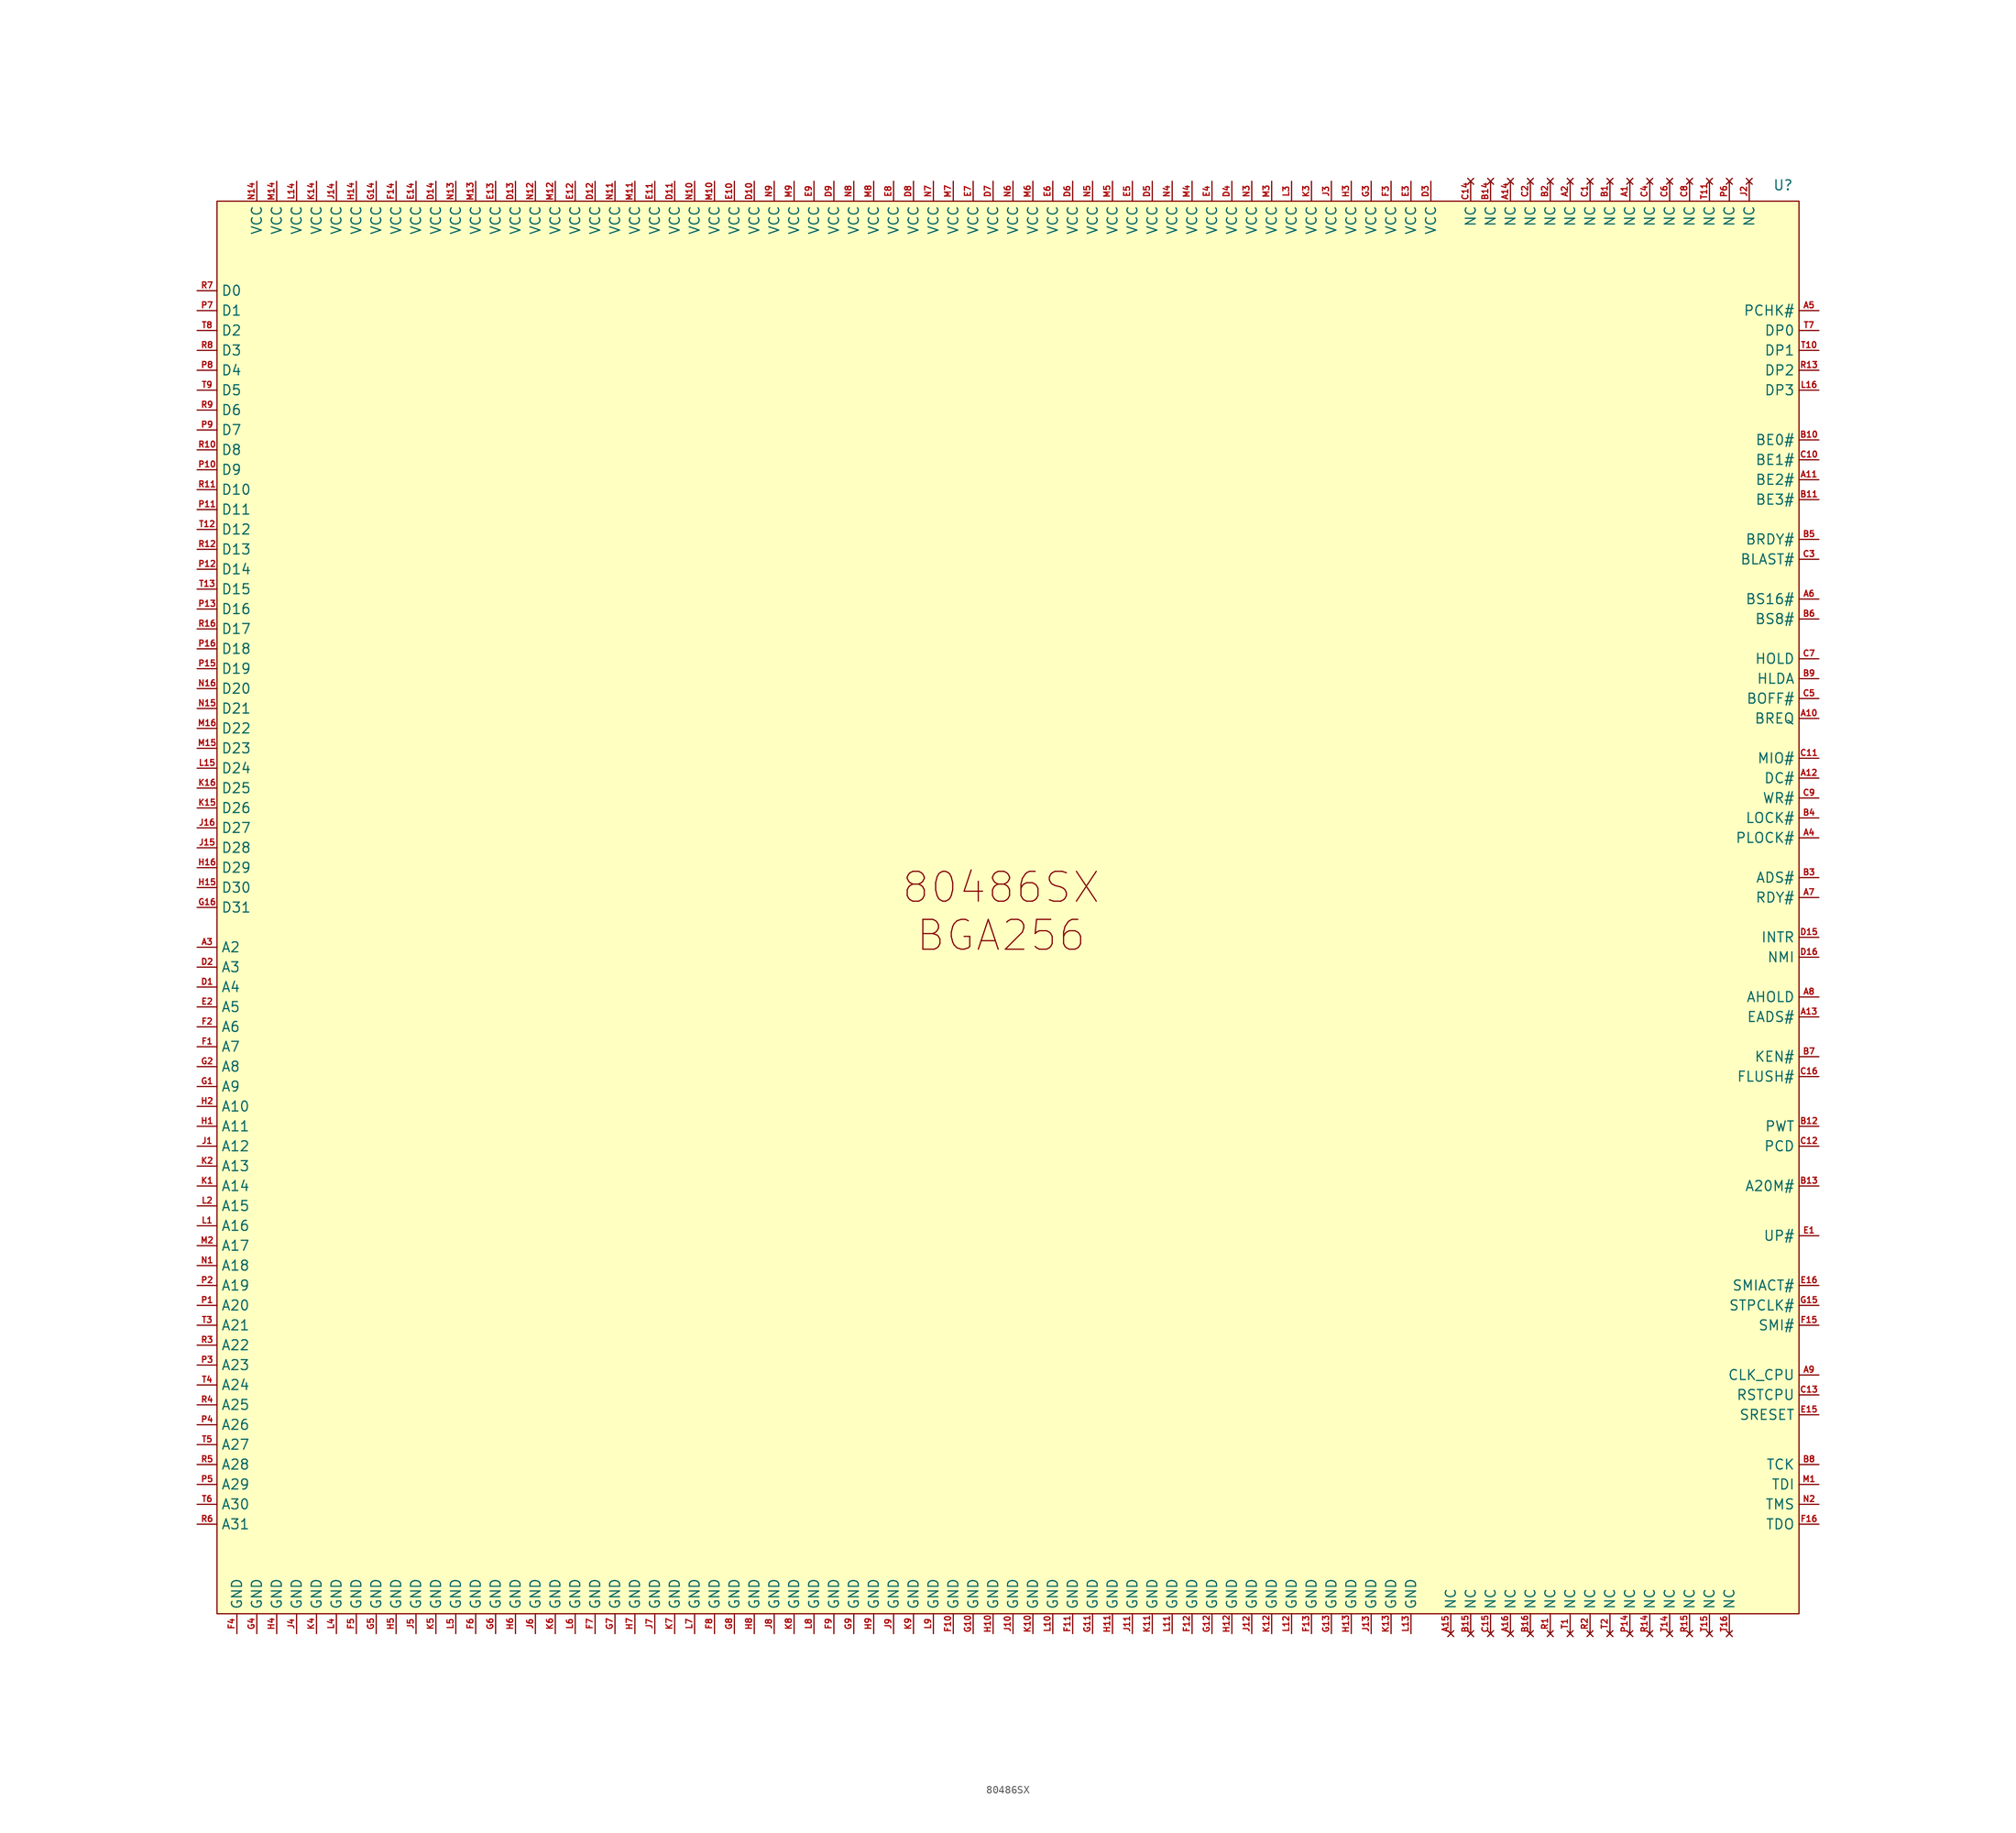
<source format=kicad_sym>
(kicad_symbol_lib
  (version 20241209)
  (generator "kicad_symbol_editor")
  (generator_version "9.0")
  (symbol "80486SX"
    (property "Reference" "U"
      (at 100.838 93.472 0)
      (effects (font (size 1.27 1.27))))
    (property "Value" ""
      (at 0 0 0)
      (effects (font (size 1.27 1.27))))
    (symbol "80486SX_1_1"
      (rectangle (start -99.06 91.44) (end 102.87 -88.9) (stroke (width 0) (type solid)) (fill (type color) (color 255 255 194 1)))
      (text "80486SX\nBGA256" (at 1.016 0.762 0) (effects (font (size 3.81 3.81))))
      (pin bidirectional line (at -101.6 80.01 0) (length 2.54) (name "D0" (effects (font (size 1.27 1.27)))) (number "R7" (effects (font (size 0.762 0.762)))))
      (pin bidirectional line (at -101.6 77.47 0) (length 2.54) (name "D1" (effects (font (size 1.27 1.27)))) (number "P7" (effects (font (size 0.762 0.762)))))
      (pin bidirectional line (at -101.6 74.93 0) (length 2.54) (name "D2" (effects (font (size 1.27 1.27)))) (number "T8" (effects (font (size 0.762 0.762)))))
      (pin bidirectional line (at -101.6 72.39 0) (length 2.54) (name "D3" (effects (font (size 1.27 1.27)))) (number "R8" (effects (font (size 0.762 0.762)))))
      (pin bidirectional line (at -101.6 69.85 0) (length 2.54) (name "D4" (effects (font (size 1.27 1.27)))) (number "P8" (effects (font (size 0.762 0.762)))))
      (pin bidirectional line (at -101.6 67.31 0) (length 2.54) (name "D5" (effects (font (size 1.27 1.27)))) (number "T9" (effects (font (size 0.762 0.762)))))
      (pin bidirectional line (at -101.6 64.77 0) (length 2.54) (name "D6" (effects (font (size 1.27 1.27)))) (number "R9" (effects (font (size 0.762 0.762)))))
      (pin bidirectional line (at -101.6 62.23 0) (length 2.54) (name "D7" (effects (font (size 1.27 1.27)))) (number "P9" (effects (font (size 0.762 0.762)))))
      (pin bidirectional line (at -101.6 59.69 0) (length 2.54) (name "D8" (effects (font (size 1.27 1.27)))) (number "R10" (effects (font (size 0.762 0.762)))))
      (pin bidirectional line (at -101.6 57.15 0) (length 2.54) (name "D9" (effects (font (size 1.27 1.27)))) (number "P10" (effects (font (size 0.762 0.762)))))
      (pin bidirectional line (at -101.6 54.61 0) (length 2.54) (name "D10" (effects (font (size 1.27 1.27)))) (number "R11" (effects (font (size 0.762 0.762)))))
      (pin bidirectional line (at -101.6 52.07 0) (length 2.54) (name "D11" (effects (font (size 1.27 1.27)))) (number "P11" (effects (font (size 0.762 0.762)))))
      (pin bidirectional line (at -101.6 49.53 0) (length 2.54) (name "D12" (effects (font (size 1.27 1.27)))) (number "T12" (effects (font (size 0.762 0.762)))))
      (pin bidirectional line (at -101.6 46.99 0) (length 2.54) (name "D13" (effects (font (size 1.27 1.27)))) (number "R12" (effects (font (size 0.762 0.762)))))
      (pin bidirectional line (at -101.6 44.45 0) (length 2.54) (name "D14" (effects (font (size 1.27 1.27)))) (number "P12" (effects (font (size 0.762 0.762)))))
      (pin bidirectional line (at -101.6 41.91 0) (length 2.54) (name "D15" (effects (font (size 1.27 1.27)))) (number "T13" (effects (font (size 0.762 0.762)))))
      (pin bidirectional line (at -101.6 39.37 0) (length 2.54) (name "D16" (effects (font (size 1.27 1.27)))) (number "P13" (effects (font (size 0.762 0.762)))))
      (pin bidirectional line (at -101.6 36.83 0) (length 2.54) (name "D17" (effects (font (size 1.27 1.27)))) (number "R16" (effects (font (size 0.762 0.762)))))
      (pin bidirectional line (at -101.6 34.29 0) (length 2.54) (name "D18" (effects (font (size 1.27 1.27)))) (number "P16" (effects (font (size 0.762 0.762)))))
      (pin bidirectional line (at -101.6 31.75 0) (length 2.54) (name "D19" (effects (font (size 1.27 1.27)))) (number "P15" (effects (font (size 0.762 0.762)))))
      (pin bidirectional line (at -101.6 29.21 0) (length 2.54) (name "D20" (effects (font (size 1.27 1.27)))) (number "N16" (effects (font (size 0.762 0.762)))))
      (pin bidirectional line (at -101.6 26.67 0) (length 2.54) (name "D21" (effects (font (size 1.27 1.27)))) (number "N15" (effects (font (size 0.762 0.762)))))
      (pin bidirectional line (at -101.6 24.13 0) (length 2.54) (name "D22" (effects (font (size 1.27 1.27)))) (number "M16" (effects (font (size 0.762 0.762)))))
      (pin bidirectional line (at -101.6 21.59 0) (length 2.54) (name "D23" (effects (font (size 1.27 1.27)))) (number "M15" (effects (font (size 0.762 0.762)))))
      (pin bidirectional line (at -101.6 19.05 0) (length 2.54) (name "D24" (effects (font (size 1.27 1.27)))) (number "L15" (effects (font (size 0.762 0.762)))))
      (pin bidirectional line (at -101.6 16.51 0) (length 2.54) (name "D25" (effects (font (size 1.27 1.27)))) (number "K16" (effects (font (size 0.762 0.762)))))
      (pin bidirectional line (at -101.6 13.97 0) (length 2.54) (name "D26" (effects (font (size 1.27 1.27)))) (number "K15" (effects (font (size 0.762 0.762)))))
      (pin bidirectional line (at -101.6 11.43 0) (length 2.54) (name "D27" (effects (font (size 1.27 1.27)))) (number "J16" (effects (font (size 0.762 0.762)))))
      (pin bidirectional line (at -101.6 8.89 0) (length 2.54) (name "D28" (effects (font (size 1.27 1.27)))) (number "J15" (effects (font (size 0.762 0.762)))))
      (pin bidirectional line (at -101.6 6.35 0) (length 2.54) (name "D29" (effects (font (size 1.27 1.27)))) (number "H16" (effects (font (size 0.762 0.762)))))
      (pin bidirectional line (at -101.6 3.81 0) (length 2.54) (name "D30" (effects (font (size 1.27 1.27)))) (number "H15" (effects (font (size 0.762 0.762)))))
      (pin bidirectional line (at -101.6 1.27 0) (length 2.54) (name "D31" (effects (font (size 1.27 1.27)))) (number "G16" (effects (font (size 0.762 0.762)))))
      (pin bidirectional line (at -101.6 -3.81 0) (length 2.54) (name "A2" (effects (font (size 1.27 1.27)))) (number "A3" (effects (font (size 0.762 0.762)))))
      (pin bidirectional line (at -101.6 -6.35 0) (length 2.54) (name "A3" (effects (font (size 1.27 1.27)))) (number "D2" (effects (font (size 0.762 0.762)))))
      (pin bidirectional line (at -101.6 -8.89 0) (length 2.54) (name "A4" (effects (font (size 1.27 1.27)))) (number "D1" (effects (font (size 0.762 0.762)))))
      (pin bidirectional line (at -101.6 -11.43 0) (length 2.54) (name "A5" (effects (font (size 1.27 1.27)))) (number "E2" (effects (font (size 0.762 0.762)))))
      (pin bidirectional line (at -101.6 -13.97 0) (length 2.54) (name "A6" (effects (font (size 1.27 1.27)))) (number "F2" (effects (font (size 0.762 0.762)))))
      (pin bidirectional line (at -101.6 -16.51 0) (length 2.54) (name "A7" (effects (font (size 1.27 1.27)))) (number "F1" (effects (font (size 0.762 0.762)))))
      (pin bidirectional line (at -101.6 -19.05 0) (length 2.54) (name "A8" (effects (font (size 1.27 1.27)))) (number "G2" (effects (font (size 0.762 0.762)))))
      (pin bidirectional line (at -101.6 -21.59 0) (length 2.54) (name "A9" (effects (font (size 1.27 1.27)))) (number "G1" (effects (font (size 0.762 0.762)))))
      (pin bidirectional line (at -101.6 -24.13 0) (length 2.54) (name "A10" (effects (font (size 1.27 1.27)))) (number "H2" (effects (font (size 0.762 0.762)))))
      (pin bidirectional line (at -101.6 -26.67 0) (length 2.54) (name "A11" (effects (font (size 1.27 1.27)))) (number "H1" (effects (font (size 0.762 0.762)))))
      (pin bidirectional line (at -101.6 -29.21 0) (length 2.54) (name "A12" (effects (font (size 1.27 1.27)))) (number "J1" (effects (font (size 0.762 0.762)))))
      (pin bidirectional line (at -101.6 -31.75 0) (length 2.54) (name "A13" (effects (font (size 1.27 1.27)))) (number "K2" (effects (font (size 0.762 0.762)))))
      (pin bidirectional line (at -101.6 -34.29 0) (length 2.54) (name "A14" (effects (font (size 1.27 1.27)))) (number "K1" (effects (font (size 0.762 0.762)))))
      (pin bidirectional line (at -101.6 -36.83 0) (length 2.54) (name "A15" (effects (font (size 1.27 1.27)))) (number "L2" (effects (font (size 0.762 0.762)))))
      (pin bidirectional line (at -101.6 -39.37 0) (length 2.54) (name "A16" (effects (font (size 1.27 1.27)))) (number "L1" (effects (font (size 0.762 0.762)))))
      (pin bidirectional line (at -101.6 -41.91 0) (length 2.54) (name "A17" (effects (font (size 1.27 1.27)))) (number "M2" (effects (font (size 0.762 0.762)))))
      (pin bidirectional line (at -101.6 -44.45 0) (length 2.54) (name "A18" (effects (font (size 1.27 1.27)))) (number "N1" (effects (font (size 0.762 0.762)))))
      (pin bidirectional line (at -101.6 -46.99 0) (length 2.54) (name "A19" (effects (font (size 1.27 1.27)))) (number "P2" (effects (font (size 0.762 0.762)))))
      (pin bidirectional line (at -101.6 -49.53 0) (length 2.54) (name "A20" (effects (font (size 1.27 1.27)))) (number "P1" (effects (font (size 0.762 0.762)))))
      (pin bidirectional line (at -101.6 -52.07 0) (length 2.54) (name "A21" (effects (font (size 1.27 1.27)))) (number "T3" (effects (font (size 0.762 0.762)))))
      (pin bidirectional line (at -101.6 -54.61 0) (length 2.54) (name "A22" (effects (font (size 1.27 1.27)))) (number "R3" (effects (font (size 0.762 0.762)))))
      (pin bidirectional line (at -101.6 -57.15 0) (length 2.54) (name "A23" (effects (font (size 1.27 1.27)))) (number "P3" (effects (font (size 0.762 0.762)))))
      (pin bidirectional line (at -101.6 -59.69 0) (length 2.54) (name "A24" (effects (font (size 1.27 1.27)))) (number "T4" (effects (font (size 0.762 0.762)))))
      (pin bidirectional line (at -101.6 -62.23 0) (length 2.54) (name "A25" (effects (font (size 1.27 1.27)))) (number "R4" (effects (font (size 0.762 0.762)))))
      (pin bidirectional line (at -101.6 -64.77 0) (length 2.54) (name "A26" (effects (font (size 1.27 1.27)))) (number "P4" (effects (font (size 0.762 0.762)))))
      (pin bidirectional line (at -101.6 -67.31 0) (length 2.54) (name "A27" (effects (font (size 1.27 1.27)))) (number "T5" (effects (font (size 0.762 0.762)))))
      (pin bidirectional line (at -101.6 -69.85 0) (length 2.54) (name "A28" (effects (font (size 1.27 1.27)))) (number "R5" (effects (font (size 0.762 0.762)))))
      (pin bidirectional line (at -101.6 -72.39 0) (length 2.54) (name "A29" (effects (font (size 1.27 1.27)))) (number "P5" (effects (font (size 0.762 0.762)))))
      (pin bidirectional line (at -101.6 -74.93 0) (length 2.54) (name "A30" (effects (font (size 1.27 1.27)))) (number "T6" (effects (font (size 0.762 0.762)))))
      (pin bidirectional line (at -101.6 -77.47 0) (length 2.54) (name "A31" (effects (font (size 1.27 1.27)))) (number "R6" (effects (font (size 0.762 0.762)))))
      (pin power_in line (at -96.52 -91.44 90) (length 2.54) (name "GND" (effects (font (size 1.27 1.27)))) (number "F4" (effects (font (size 0.762 0.762)))))
      (pin power_in line (at -93.98 93.98 270) (length 2.54) (name "VCC" (effects (font (size 1.27 1.27)))) (number "N14" (effects (font (size 0.762 0.762)))))
      (pin power_in line (at -93.98 -91.44 90) (length 2.54) (name "GND" (effects (font (size 1.27 1.27)))) (number "G4" (effects (font (size 0.762 0.762)))))
      (pin power_in line (at -91.44 93.98 270) (length 2.54) (name "VCC" (effects (font (size 1.27 1.27)))) (number "M14" (effects (font (size 0.762 0.762)))))
      (pin power_in line (at -91.44 -91.44 90) (length 2.54) (name "GND" (effects (font (size 1.27 1.27)))) (number "H4" (effects (font (size 0.762 0.762)))))
      (pin power_in line (at -88.9 93.98 270) (length 2.54) (name "VCC" (effects (font (size 1.27 1.27)))) (number "L14" (effects (font (size 0.762 0.762)))))
      (pin power_in line (at -88.9 -91.44 90) (length 2.54) (name "GND" (effects (font (size 1.27 1.27)))) (number "J4" (effects (font (size 0.762 0.762)))))
      (pin power_in line (at -86.36 93.98 270) (length 2.54) (name "VCC" (effects (font (size 1.27 1.27)))) (number "K14" (effects (font (size 0.762 0.762)))))
      (pin power_in line (at -86.36 -91.44 90) (length 2.54) (name "GND" (effects (font (size 1.27 1.27)))) (number "K4" (effects (font (size 0.762 0.762)))))
      (pin power_in line (at -83.82 93.98 270) (length 2.54) (name "VCC" (effects (font (size 1.27 1.27)))) (number "J14" (effects (font (size 0.762 0.762)))))
      (pin power_in line (at -83.82 -91.44 90) (length 2.54) (name "GND" (effects (font (size 1.27 1.27)))) (number "L4" (effects (font (size 0.762 0.762)))))
      (pin power_in line (at -81.28 93.98 270) (length 2.54) (name "VCC" (effects (font (size 1.27 1.27)))) (number "H14" (effects (font (size 0.762 0.762)))))
      (pin power_in line (at -81.28 -91.44 90) (length 2.54) (name "GND" (effects (font (size 1.27 1.27)))) (number "F5" (effects (font (size 0.762 0.762)))))
      (pin power_in line (at -78.74 93.98 270) (length 2.54) (name "VCC" (effects (font (size 1.27 1.27)))) (number "G14" (effects (font (size 0.762 0.762)))))
      (pin power_in line (at -78.74 -91.44 90) (length 2.54) (name "GND" (effects (font (size 1.27 1.27)))) (number "G5" (effects (font (size 0.762 0.762)))))
      (pin power_in line (at -76.2 93.98 270) (length 2.54) (name "VCC" (effects (font (size 1.27 1.27)))) (number "F14" (effects (font (size 0.762 0.762)))))
      (pin power_in line (at -76.2 -91.44 90) (length 2.54) (name "GND" (effects (font (size 1.27 1.27)))) (number "H5" (effects (font (size 0.762 0.762)))))
      (pin power_in line (at -73.66 93.98 270) (length 2.54) (name "VCC" (effects (font (size 1.27 1.27)))) (number "E14" (effects (font (size 0.762 0.762)))))
      (pin power_in line (at -73.66 -91.44 90) (length 2.54) (name "GND" (effects (font (size 1.27 1.27)))) (number "J5" (effects (font (size 0.762 0.762)))))
      (pin power_in line (at -71.12 93.98 270) (length 2.54) (name "VCC" (effects (font (size 1.27 1.27)))) (number "D14" (effects (font (size 0.762 0.762)))))
      (pin power_in line (at -71.12 -91.44 90) (length 2.54) (name "GND" (effects (font (size 1.27 1.27)))) (number "K5" (effects (font (size 0.762 0.762)))))
      (pin power_in line (at -68.58 93.98 270) (length 2.54) (name "VCC" (effects (font (size 1.27 1.27)))) (number "N13" (effects (font (size 0.762 0.762)))))
      (pin power_in line (at -68.58 -91.44 90) (length 2.54) (name "GND" (effects (font (size 1.27 1.27)))) (number "L5" (effects (font (size 0.762 0.762)))))
      (pin power_in line (at -66.04 93.98 270) (length 2.54) (name "VCC" (effects (font (size 1.27 1.27)))) (number "M13" (effects (font (size 0.762 0.762)))))
      (pin power_in line (at -66.04 -91.44 90) (length 2.54) (name "GND" (effects (font (size 1.27 1.27)))) (number "F6" (effects (font (size 0.762 0.762)))))
      (pin power_in line (at -63.5 93.98 270) (length 2.54) (name "VCC" (effects (font (size 1.27 1.27)))) (number "E13" (effects (font (size 0.762 0.762)))))
      (pin power_in line (at -63.5 -91.44 90) (length 2.54) (name "GND" (effects (font (size 1.27 1.27)))) (number "G6" (effects (font (size 0.762 0.762)))))
      (pin power_in line (at -60.96 93.98 270) (length 2.54) (name "VCC" (effects (font (size 1.27 1.27)))) (number "D13" (effects (font (size 0.762 0.762)))))
      (pin power_in line (at -60.96 -91.44 90) (length 2.54) (name "GND" (effects (font (size 1.27 1.27)))) (number "H6" (effects (font (size 0.762 0.762)))))
      (pin power_in line (at -58.42 93.98 270) (length 2.54) (name "VCC" (effects (font (size 1.27 1.27)))) (number "N12" (effects (font (size 0.762 0.762)))))
      (pin power_in line (at -58.42 -91.44 90) (length 2.54) (name "GND" (effects (font (size 1.27 1.27)))) (number "J6" (effects (font (size 0.762 0.762)))))
      (pin power_in line (at -55.88 93.98 270) (length 2.54) (name "VCC" (effects (font (size 1.27 1.27)))) (number "M12" (effects (font (size 0.762 0.762)))))
      (pin power_in line (at -55.88 -91.44 90) (length 2.54) (name "GND" (effects (font (size 1.27 1.27)))) (number "K6" (effects (font (size 0.762 0.762)))))
      (pin power_in line (at -53.34 93.98 270) (length 2.54) (name "VCC" (effects (font (size 1.27 1.27)))) (number "E12" (effects (font (size 0.762 0.762)))))
      (pin power_in line (at -53.34 -91.44 90) (length 2.54) (name "GND" (effects (font (size 1.27 1.27)))) (number "L6" (effects (font (size 0.762 0.762)))))
      (pin power_in line (at -50.8 93.98 270) (length 2.54) (name "VCC" (effects (font (size 1.27 1.27)))) (number "D12" (effects (font (size 0.762 0.762)))))
      (pin power_in line (at -50.8 -91.44 90) (length 2.54) (name "GND" (effects (font (size 1.27 1.27)))) (number "F7" (effects (font (size 0.762 0.762)))))
      (pin power_in line (at -48.26 93.98 270) (length 2.54) (name "VCC" (effects (font (size 1.27 1.27)))) (number "N11" (effects (font (size 0.762 0.762)))))
      (pin power_in line (at -48.26 -91.44 90) (length 2.54) (name "GND" (effects (font (size 1.27 1.27)))) (number "G7" (effects (font (size 0.762 0.762)))))
      (pin power_in line (at -45.72 93.98 270) (length 2.54) (name "VCC" (effects (font (size 1.27 1.27)))) (number "M11" (effects (font (size 0.762 0.762)))))
      (pin power_in line (at -45.72 -91.44 90) (length 2.54) (name "GND" (effects (font (size 1.27 1.27)))) (number "H7" (effects (font (size 0.762 0.762)))))
      (pin power_in line (at -43.18 93.98 270) (length 2.54) (name "VCC" (effects (font (size 1.27 1.27)))) (number "E11" (effects (font (size 0.762 0.762)))))
      (pin power_in line (at -43.18 -91.44 90) (length 2.54) (name "GND" (effects (font (size 1.27 1.27)))) (number "J7" (effects (font (size 0.762 0.762)))))
      (pin power_in line (at -40.64 93.98 270) (length 2.54) (name "VCC" (effects (font (size 1.27 1.27)))) (number "D11" (effects (font (size 0.762 0.762)))))
      (pin power_in line (at -40.64 -91.44 90) (length 2.54) (name "GND" (effects (font (size 1.27 1.27)))) (number "K7" (effects (font (size 0.762 0.762)))))
      (pin power_in line (at -38.1 93.98 270) (length 2.54) (name "VCC" (effects (font (size 1.27 1.27)))) (number "N10" (effects (font (size 0.762 0.762)))))
      (pin power_in line (at -38.1 -91.44 90) (length 2.54) (name "GND" (effects (font (size 1.27 1.27)))) (number "L7" (effects (font (size 0.762 0.762)))))
      (pin power_in line (at -35.56 93.98 270) (length 2.54) (name "VCC" (effects (font (size 1.27 1.27)))) (number "M10" (effects (font (size 0.762 0.762)))))
      (pin power_in line (at -35.56 -91.44 90) (length 2.54) (name "GND" (effects (font (size 1.27 1.27)))) (number "F8" (effects (font (size 0.762 0.762)))))
      (pin power_in line (at -33.02 93.98 270) (length 2.54) (name "VCC" (effects (font (size 1.27 1.27)))) (number "E10" (effects (font (size 0.762 0.762)))))
      (pin power_in line (at -33.02 -91.44 90) (length 2.54) (name "GND" (effects (font (size 1.27 1.27)))) (number "G8" (effects (font (size 0.762 0.762)))))
      (pin power_in line (at -30.48 93.98 270) (length 2.54) (name "VCC" (effects (font (size 1.27 1.27)))) (number "D10" (effects (font (size 0.762 0.762)))))
      (pin power_in line (at -30.48 -91.44 90) (length 2.54) (name "GND" (effects (font (size 1.27 1.27)))) (number "H8" (effects (font (size 0.762 0.762)))))
      (pin power_in line (at -27.94 93.98 270) (length 2.54) (name "VCC" (effects (font (size 1.27 1.27)))) (number "N9" (effects (font (size 0.762 0.762)))))
      (pin power_in line (at -27.94 -91.44 90) (length 2.54) (name "GND" (effects (font (size 1.27 1.27)))) (number "J8" (effects (font (size 0.762 0.762)))))
      (pin power_in line (at -25.4 93.98 270) (length 2.54) (name "VCC" (effects (font (size 1.27 1.27)))) (number "M9" (effects (font (size 0.762 0.762)))))
      (pin power_in line (at -25.4 -91.44 90) (length 2.54) (name "GND" (effects (font (size 1.27 1.27)))) (number "K8" (effects (font (size 0.762 0.762)))))
      (pin power_in line (at -22.86 93.98 270) (length 2.54) (name "VCC" (effects (font (size 1.27 1.27)))) (number "E9" (effects (font (size 0.762 0.762)))))
      (pin power_in line (at -22.86 -91.44 90) (length 2.54) (name "GND" (effects (font (size 1.27 1.27)))) (number "L8" (effects (font (size 0.762 0.762)))))
      (pin power_in line (at -20.32 93.98 270) (length 2.54) (name "VCC" (effects (font (size 1.27 1.27)))) (number "D9" (effects (font (size 0.762 0.762)))))
      (pin power_in line (at -20.32 -91.44 90) (length 2.54) (name "GND" (effects (font (size 1.27 1.27)))) (number "F9" (effects (font (size 0.762 0.762)))))
      (pin power_in line (at -17.78 93.98 270) (length 2.54) (name "VCC" (effects (font (size 1.27 1.27)))) (number "N8" (effects (font (size 0.762 0.762)))))
      (pin power_in line (at -17.78 -91.44 90) (length 2.54) (name "GND" (effects (font (size 1.27 1.27)))) (number "G9" (effects (font (size 0.762 0.762)))))
      (pin power_in line (at -15.24 93.98 270) (length 2.54) (name "VCC" (effects (font (size 1.27 1.27)))) (number "M8" (effects (font (size 0.762 0.762)))))
      (pin power_in line (at -15.24 -91.44 90) (length 2.54) (name "GND" (effects (font (size 1.27 1.27)))) (number "H9" (effects (font (size 0.762 0.762)))))
      (pin power_in line (at -12.7 93.98 270) (length 2.54) (name "VCC" (effects (font (size 1.27 1.27)))) (number "E8" (effects (font (size 0.762 0.762)))))
      (pin power_in line (at -12.7 -91.44 90) (length 2.54) (name "GND" (effects (font (size 1.27 1.27)))) (number "J9" (effects (font (size 0.762 0.762)))))
      (pin power_in line (at -10.16 93.98 270) (length 2.54) (name "VCC" (effects (font (size 1.27 1.27)))) (number "D8" (effects (font (size 0.762 0.762)))))
      (pin power_in line (at -10.16 -91.44 90) (length 2.54) (name "GND" (effects (font (size 1.27 1.27)))) (number "K9" (effects (font (size 0.762 0.762)))))
      (pin power_in line (at -7.62 93.98 270) (length 2.54) (name "VCC" (effects (font (size 1.27 1.27)))) (number "N7" (effects (font (size 0.762 0.762)))))
      (pin power_in line (at -7.62 -91.44 90) (length 2.54) (name "GND" (effects (font (size 1.27 1.27)))) (number "L9" (effects (font (size 0.762 0.762)))))
      (pin power_in line (at -5.08 93.98 270) (length 2.54) (name "VCC" (effects (font (size 1.27 1.27)))) (number "M7" (effects (font (size 0.762 0.762)))))
      (pin power_in line (at -5.08 -91.44 90) (length 2.54) (name "GND" (effects (font (size 1.27 1.27)))) (number "F10" (effects (font (size 0.762 0.762)))))
      (pin power_in line (at -2.54 93.98 270) (length 2.54) (name "VCC" (effects (font (size 1.27 1.27)))) (number "E7" (effects (font (size 0.762 0.762)))))
      (pin power_in line (at -2.54 -91.44 90) (length 2.54) (name "GND" (effects (font (size 1.27 1.27)))) (number "G10" (effects (font (size 0.762 0.762)))))
      (pin power_in line (at 0 93.98 270) (length 2.54) (name "VCC" (effects (font (size 1.27 1.27)))) (number "D7" (effects (font (size 0.762 0.762)))))
      (pin power_in line (at 0 -91.44 90) (length 2.54) (name "GND" (effects (font (size 1.27 1.27)))) (number "H10" (effects (font (size 0.762 0.762)))))
      (pin power_in line (at 2.54 93.98 270) (length 2.54) (name "VCC" (effects (font (size 1.27 1.27)))) (number "N6" (effects (font (size 0.762 0.762)))))
      (pin power_in line (at 2.54 -91.44 90) (length 2.54) (name "GND" (effects (font (size 1.27 1.27)))) (number "J10" (effects (font (size 0.762 0.762)))))
      (pin power_in line (at 5.08 93.98 270) (length 2.54) (name "VCC" (effects (font (size 1.27 1.27)))) (number "M6" (effects (font (size 0.762 0.762)))))
      (pin power_in line (at 5.08 -91.44 90) (length 2.54) (name "GND" (effects (font (size 1.27 1.27)))) (number "K10" (effects (font (size 0.762 0.762)))))
      (pin power_in line (at 7.62 93.98 270) (length 2.54) (name "VCC" (effects (font (size 1.27 1.27)))) (number "E6" (effects (font (size 0.762 0.762)))))
      (pin power_in line (at 7.62 -91.44 90) (length 2.54) (name "GND" (effects (font (size 1.27 1.27)))) (number "L10" (effects (font (size 0.762 0.762)))))
      (pin power_in line (at 10.16 93.98 270) (length 2.54) (name "VCC" (effects (font (size 1.27 1.27)))) (number "D6" (effects (font (size 0.762 0.762)))))
      (pin power_in line (at 10.16 -91.44 90) (length 2.54) (name "GND" (effects (font (size 1.27 1.27)))) (number "F11" (effects (font (size 0.762 0.762)))))
      (pin power_in line (at 12.7 93.98 270) (length 2.54) (name "VCC" (effects (font (size 1.27 1.27)))) (number "N5" (effects (font (size 0.762 0.762)))))
      (pin power_in line (at 12.7 -91.44 90) (length 2.54) (name "GND" (effects (font (size 1.27 1.27)))) (number "G11" (effects (font (size 0.762 0.762)))))
      (pin power_in line (at 15.24 93.98 270) (length 2.54) (name "VCC" (effects (font (size 1.27 1.27)))) (number "M5" (effects (font (size 0.762 0.762)))))
      (pin power_in line (at 15.24 -91.44 90) (length 2.54) (name "GND" (effects (font (size 1.27 1.27)))) (number "H11" (effects (font (size 0.762 0.762)))))
      (pin power_in line (at 17.78 93.98 270) (length 2.54) (name "VCC" (effects (font (size 1.27 1.27)))) (number "E5" (effects (font (size 0.762 0.762)))))
      (pin power_in line (at 17.78 -91.44 90) (length 2.54) (name "GND" (effects (font (size 1.27 1.27)))) (number "J11" (effects (font (size 0.762 0.762)))))
      (pin power_in line (at 20.32 93.98 270) (length 2.54) (name "VCC" (effects (font (size 1.27 1.27)))) (number "D5" (effects (font (size 0.762 0.762)))))
      (pin power_in line (at 20.32 -91.44 90) (length 2.54) (name "GND" (effects (font (size 1.27 1.27)))) (number "K11" (effects (font (size 0.762 0.762)))))
      (pin power_in line (at 22.86 93.98 270) (length 2.54) (name "VCC" (effects (font (size 1.27 1.27)))) (number "N4" (effects (font (size 0.762 0.762)))))
      (pin power_in line (at 22.86 -91.44 90) (length 2.54) (name "GND" (effects (font (size 1.27 1.27)))) (number "L11" (effects (font (size 0.762 0.762)))))
      (pin power_in line (at 25.4 93.98 270) (length 2.54) (name "VCC" (effects (font (size 1.27 1.27)))) (number "M4" (effects (font (size 0.762 0.762)))))
      (pin power_in line (at 25.4 -91.44 90) (length 2.54) (name "GND" (effects (font (size 1.27 1.27)))) (number "F12" (effects (font (size 0.762 0.762)))))
      (pin power_in line (at 27.94 93.98 270) (length 2.54) (name "VCC" (effects (font (size 1.27 1.27)))) (number "E4" (effects (font (size 0.762 0.762)))))
      (pin power_in line (at 27.94 -91.44 90) (length 2.54) (name "GND" (effects (font (size 1.27 1.27)))) (number "G12" (effects (font (size 0.762 0.762)))))
      (pin power_in line (at 30.48 93.98 270) (length 2.54) (name "VCC" (effects (font (size 1.27 1.27)))) (number "D4" (effects (font (size 0.762 0.762)))))
      (pin power_in line (at 30.48 -91.44 90) (length 2.54) (name "GND" (effects (font (size 1.27 1.27)))) (number "H12" (effects (font (size 0.762 0.762)))))
      (pin power_in line (at 33.02 93.98 270) (length 2.54) (name "VCC" (effects (font (size 1.27 1.27)))) (number "N3" (effects (font (size 0.762 0.762)))))
      (pin power_in line (at 33.02 -91.44 90) (length 2.54) (name "GND" (effects (font (size 1.27 1.27)))) (number "J12" (effects (font (size 0.762 0.762)))))
      (pin power_in line (at 35.56 93.98 270) (length 2.54) (name "VCC" (effects (font (size 1.27 1.27)))) (number "M3" (effects (font (size 0.762 0.762)))))
      (pin power_in line (at 35.56 -91.44 90) (length 2.54) (name "GND" (effects (font (size 1.27 1.27)))) (number "K12" (effects (font (size 0.762 0.762)))))
      (pin power_in line (at 38.1 93.98 270) (length 2.54) (name "VCC" (effects (font (size 1.27 1.27)))) (number "L3" (effects (font (size 0.762 0.762)))))
      (pin power_in line (at 38.1 -91.44 90) (length 2.54) (name "GND" (effects (font (size 1.27 1.27)))) (number "L12" (effects (font (size 0.762 0.762)))))
      (pin power_in line (at 40.64 93.98 270) (length 2.54) (name "VCC" (effects (font (size 1.27 1.27)))) (number "K3" (effects (font (size 0.762 0.762)))))
      (pin power_in line (at 40.64 -91.44 90) (length 2.54) (name "GND" (effects (font (size 1.27 1.27)))) (number "F13" (effects (font (size 0.762 0.762)))))
      (pin power_in line (at 43.18 93.98 270) (length 2.54) (name "VCC" (effects (font (size 1.27 1.27)))) (number "J3" (effects (font (size 0.762 0.762)))))
      (pin power_in line (at 43.18 -91.44 90) (length 2.54) (name "GND" (effects (font (size 1.27 1.27)))) (number "G13" (effects (font (size 0.762 0.762)))))
      (pin power_in line (at 45.72 93.98 270) (length 2.54) (name "VCC" (effects (font (size 1.27 1.27)))) (number "H3" (effects (font (size 0.762 0.762)))))
      (pin power_in line (at 45.72 -91.44 90) (length 2.54) (name "GND" (effects (font (size 1.27 1.27)))) (number "H13" (effects (font (size 0.762 0.762)))))
      (pin power_in line (at 48.26 93.98 270) (length 2.54) (name "VCC" (effects (font (size 1.27 1.27)))) (number "G3" (effects (font (size 0.762 0.762)))))
      (pin power_in line (at 48.26 -91.44 90) (length 2.54) (name "GND" (effects (font (size 1.27 1.27)))) (number "J13" (effects (font (size 0.762 0.762)))))
      (pin power_in line (at 50.8 93.98 270) (length 2.54) (name "VCC" (effects (font (size 1.27 1.27)))) (number "F3" (effects (font (size 0.762 0.762)))))
      (pin power_in line (at 50.8 -91.44 90) (length 2.54) (name "GND" (effects (font (size 1.27 1.27)))) (number "K13" (effects (font (size 0.762 0.762)))))
      (pin power_in line (at 53.34 93.98 270) (length 2.54) (name "VCC" (effects (font (size 1.27 1.27)))) (number "E3" (effects (font (size 0.762 0.762)))))
      (pin power_in line (at 53.34 -91.44 90) (length 2.54) (name "GND" (effects (font (size 1.27 1.27)))) (number "L13" (effects (font (size 0.762 0.762)))))
      (pin power_in line (at 55.88 93.98 270) (length 2.54) (name "VCC" (effects (font (size 1.27 1.27)))) (number "D3" (effects (font (size 0.762 0.762)))))
      (pin no_connect line (at 58.42 -91.44 90) (length 2.54) (name "NC" (effects (font (size 1.27 1.27)))) (number "A15" (effects (font (size 0.762 0.762)))))
      (pin no_connect line (at 60.96 93.98 270) (length 2.54) (name "NC" (effects (font (size 1.27 1.27)))) (number "C14" (effects (font (size 0.762 0.762)))))
      (pin no_connect line (at 60.96 -91.44 90) (length 2.54) (name "NC" (effects (font (size 1.27 1.27)))) (number "B15" (effects (font (size 0.762 0.762)))))
      (pin no_connect line (at 63.5 93.98 270) (length 2.54) (name "NC" (effects (font (size 1.27 1.27)))) (number "B14" (effects (font (size 0.762 0.762)))))
      (pin no_connect line (at 63.5 -91.44 90) (length 2.54) (name "NC" (effects (font (size 1.27 1.27)))) (number "C15" (effects (font (size 0.762 0.762)))))
      (pin no_connect line (at 66.04 93.98 270) (length 2.54) (name "NC" (effects (font (size 1.27 1.27)))) (number "A14" (effects (font (size 0.762 0.762)))))
      (pin no_connect line (at 66.04 -91.44 90) (length 2.54) (name "NC" (effects (font (size 1.27 1.27)))) (number "A16" (effects (font (size 0.762 0.762)))))
      (pin no_connect line (at 68.58 93.98 270) (length 2.54) (name "NC" (effects (font (size 1.27 1.27)))) (number "C2" (effects (font (size 0.762 0.762)))))
      (pin no_connect line (at 68.58 -91.44 90) (length 2.54) (name "NC" (effects (font (size 1.27 1.27)))) (number "B16" (effects (font (size 0.762 0.762)))))
      (pin no_connect line (at 71.12 93.98 270) (length 2.54) (name "NC" (effects (font (size 1.27 1.27)))) (number "B2" (effects (font (size 0.762 0.762)))))
      (pin no_connect line (at 71.12 -91.44 90) (length 2.54) (name "NC" (effects (font (size 1.27 1.27)))) (number "R1" (effects (font (size 0.762 0.762)))))
      (pin no_connect line (at 73.66 93.98 270) (length 2.54) (name "NC" (effects (font (size 1.27 1.27)))) (number "A2" (effects (font (size 0.762 0.762)))))
      (pin no_connect line (at 73.66 -91.44 90) (length 2.54) (name "NC" (effects (font (size 1.27 1.27)))) (number "T1" (effects (font (size 0.762 0.762)))))
      (pin no_connect line (at 76.2 93.98 270) (length 2.54) (name "NC" (effects (font (size 1.27 1.27)))) (number "C1" (effects (font (size 0.762 0.762)))))
      (pin no_connect line (at 76.2 -91.44 90) (length 2.54) (name "NC" (effects (font (size 1.27 1.27)))) (number "R2" (effects (font (size 0.762 0.762)))))
      (pin no_connect line (at 78.74 93.98 270) (length 2.54) (name "NC" (effects (font (size 1.27 1.27)))) (number "B1" (effects (font (size 0.762 0.762)))))
      (pin no_connect line (at 78.74 -91.44 90) (length 2.54) (name "NC" (effects (font (size 1.27 1.27)))) (number "T2" (effects (font (size 0.762 0.762)))))
      (pin no_connect line (at 81.28 93.98 270) (length 2.54) (name "NC" (effects (font (size 1.27 1.27)))) (number "A1" (effects (font (size 0.762 0.762)))))
      (pin no_connect line (at 81.28 -91.44 90) (length 2.54) (name "NC" (effects (font (size 1.27 1.27)))) (number "P14" (effects (font (size 0.762 0.762)))))
      (pin no_connect line (at 83.82 93.98 270) (length 2.54) (name "NC" (effects (font (size 1.27 1.27)))) (number "C4" (effects (font (size 0.762 0.762)))))
      (pin no_connect line (at 83.82 -91.44 90) (length 2.54) (name "NC" (effects (font (size 1.27 1.27)))) (number "R14" (effects (font (size 0.762 0.762)))))
      (pin no_connect line (at 86.36 93.98 270) (length 2.54) (name "NC" (effects (font (size 1.27 1.27)))) (number "C6" (effects (font (size 0.762 0.762)))))
      (pin no_connect line (at 86.36 -91.44 90) (length 2.54) (name "NC" (effects (font (size 1.27 1.27)))) (number "T14" (effects (font (size 0.762 0.762)))))
      (pin no_connect line (at 88.9 93.98 270) (length 2.54) (name "NC" (effects (font (size 1.27 1.27)))) (number "C8" (effects (font (size 0.762 0.762)))))
      (pin no_connect line (at 88.9 -91.44 90) (length 2.54) (name "NC" (effects (font (size 1.27 1.27)))) (number "R15" (effects (font (size 0.762 0.762)))))
      (pin no_connect line (at 91.44 93.98 270) (length 2.54) (name "NC" (effects (font (size 1.27 1.27)))) (number "T11" (effects (font (size 0.762 0.762)))))
      (pin no_connect line (at 91.44 -91.44 90) (length 2.54) (name "NC" (effects (font (size 1.27 1.27)))) (number "T15" (effects (font (size 0.762 0.762)))))
      (pin no_connect line (at 93.98 93.98 270) (length 2.54) (name "NC" (effects (font (size 1.27 1.27)))) (number "P6" (effects (font (size 0.762 0.762)))))
      (pin no_connect line (at 93.98 -91.44 90) (length 2.54) (name "NC" (effects (font (size 1.27 1.27)))) (number "T16" (effects (font (size 0.762 0.762)))))
      (pin no_connect line (at 96.52 93.98 270) (length 2.54) (name "NC" (effects (font (size 1.27 1.27)))) (number "J2" (effects (font (size 0.762 0.762)))))
      (pin output line (at 105.41 77.47 180) (length 2.54) (name "PCHK#" (effects (font (size 1.27 1.27)))) (number "A5" (effects (font (size 0.762 0.762)))))
      (pin bidirectional line (at 105.41 74.93 180) (length 2.54) (name "DP0" (effects (font (size 1.27 1.27)))) (number "T7" (effects (font (size 0.762 0.762)))))
      (pin bidirectional line (at 105.41 72.39 180) (length 2.54) (name "DP1" (effects (font (size 1.27 1.27)))) (number "T10" (effects (font (size 0.762 0.762)))))
      (pin bidirectional line (at 105.41 69.85 180) (length 2.54) (name "DP2" (effects (font (size 1.27 1.27)))) (number "R13" (effects (font (size 0.762 0.762)))))
      (pin bidirectional line (at 105.41 67.31 180) (length 2.54) (name "DP3" (effects (font (size 1.27 1.27)))) (number "L16" (effects (font (size 0.762 0.762)))))
      (pin output line (at 105.41 60.96 180) (length 2.54) (name "BE0#" (effects (font (size 1.27 1.27)))) (number "B10" (effects (font (size 0.762 0.762)))))
      (pin output line (at 105.41 58.42 180) (length 2.54) (name "BE1#" (effects (font (size 1.27 1.27)))) (number "C10" (effects (font (size 0.762 0.762)))))
      (pin output line (at 105.41 55.88 180) (length 2.54) (name "BE2#" (effects (font (size 1.27 1.27)))) (number "A11" (effects (font (size 0.762 0.762)))))
      (pin output line (at 105.41 53.34 180) (length 2.54) (name "BE3#" (effects (font (size 1.27 1.27)))) (number "B11" (effects (font (size 0.762 0.762)))))
      (pin input line (at 105.41 48.26 180) (length 2.54) (name "BRDY#" (effects (font (size 1.27 1.27)))) (number "B5" (effects (font (size 0.762 0.762)))))
      (pin output line (at 105.41 45.72 180) (length 2.54) (name "BLAST#" (effects (font (size 1.27 1.27)))) (number "C3" (effects (font (size 0.762 0.762)))))
      (pin input line (at 105.41 40.64 180) (length 2.54) (name "BS16#" (effects (font (size 1.27 1.27)))) (number "A6" (effects (font (size 0.762 0.762)))))
      (pin input line (at 105.41 38.1 180) (length 2.54) (name "BS8#" (effects (font (size 1.27 1.27)))) (number "B6" (effects (font (size 0.762 0.762)))))
      (pin input line (at 105.41 33.02 180) (length 2.54) (name "HOLD" (effects (font (size 1.27 1.27)))) (number "C7" (effects (font (size 0.762 0.762)))))
      (pin output line (at 105.41 30.48 180) (length 2.54) (name "HLDA" (effects (font (size 1.27 1.27)))) (number "B9" (effects (font (size 0.762 0.762)))))
      (pin input line (at 105.41 27.94 180) (length 2.54) (name "BOFF#" (effects (font (size 1.27 1.27)))) (number "C5" (effects (font (size 0.762 0.762)))))
      (pin output line (at 105.41 25.4 180) (length 2.54) (name "BREQ" (effects (font (size 1.27 1.27)))) (number "A10" (effects (font (size 0.762 0.762)))))
      (pin output line (at 105.41 20.32 180) (length 2.54) (name "MIO#" (effects (font (size 1.27 1.27)))) (number "C11" (effects (font (size 0.762 0.762)))))
      (pin output line (at 105.41 17.78 180) (length 2.54) (name "DC#" (effects (font (size 1.27 1.27)))) (number "A12" (effects (font (size 0.762 0.762)))))
      (pin output line (at 105.41 15.24 180) (length 2.54) (name "WR#" (effects (font (size 1.27 1.27)))) (number "C9" (effects (font (size 0.762 0.762)))))
      (pin output line (at 105.41 12.7 180) (length 2.54) (name "LOCK#" (effects (font (size 1.27 1.27)))) (number "B4" (effects (font (size 0.762 0.762)))))
      (pin output line (at 105.41 10.16 180) (length 2.54) (name "PLOCK#" (effects (font (size 1.27 1.27)))) (number "A4" (effects (font (size 0.762 0.762)))))
      (pin output line (at 105.41 5.08 180) (length 2.54) (name "ADS#" (effects (font (size 1.27 1.27)))) (number "B3" (effects (font (size 0.762 0.762)))))
      (pin input line (at 105.41 2.54 180) (length 2.54) (name "RDY#" (effects (font (size 1.27 1.27)))) (number "A7" (effects (font (size 0.762 0.762)))))
      (pin input line (at 105.41 -2.54 180) (length 2.54) (name "INTR" (effects (font (size 1.27 1.27)))) (number "D15" (effects (font (size 0.762 0.762)))))
      (pin input line (at 105.41 -5.08 180) (length 2.54) (name "NMI" (effects (font (size 1.27 1.27)))) (number "D16" (effects (font (size 0.762 0.762)))))
      (pin input line (at 105.41 -10.16 180) (length 2.54) (name "AHOLD" (effects (font (size 1.27 1.27)))) (number "A8" (effects (font (size 0.762 0.762)))))
      (pin input line (at 105.41 -12.7 180) (length 2.54) (name "EADS#" (effects (font (size 1.27 1.27)))) (number "A13" (effects (font (size 0.762 0.762)))))
      (pin input line (at 105.41 -17.78 180) (length 2.54) (name "KEN#" (effects (font (size 1.27 1.27)))) (number "B7" (effects (font (size 0.762 0.762)))))
      (pin input line (at 105.41 -20.32 180) (length 2.54) (name "FLUSH#" (effects (font (size 1.27 1.27)))) (number "C16" (effects (font (size 0.762 0.762)))))
      (pin output line (at 105.41 -26.67 180) (length 2.54) (name "PWT" (effects (font (size 1.27 1.27)))) (number "B12" (effects (font (size 0.762 0.762)))))
      (pin output line (at 105.41 -29.21 180) (length 2.54) (name "PCD" (effects (font (size 1.27 1.27)))) (number "C12" (effects (font (size 0.762 0.762)))))
      (pin input line (at 105.41 -34.29 180) (length 2.54) (name "A20M#" (effects (font (size 1.27 1.27)))) (number "B13" (effects (font (size 0.762 0.762)))))
      (pin input line (at 105.41 -40.64 180) (length 2.54) (name "UP#" (effects (font (size 1.27 1.27)))) (number "E1" (effects (font (size 0.762 0.762)))))
      (pin output line (at 105.41 -46.99 180) (length 2.54) (name "SMIACT#" (effects (font (size 1.27 1.27)))) (number "E16" (effects (font (size 0.762 0.762)))))
      (pin input line (at 105.41 -49.53 180) (length 2.54) (name "STPCLK#" (effects (font (size 1.27 1.27)))) (number "G15" (effects (font (size 0.762 0.762)))))
      (pin input line (at 105.41 -52.07 180) (length 2.54) (name "SMI#" (effects (font (size 1.27 1.27)))) (number "F15" (effects (font (size 0.762 0.762)))))
      (pin input line (at 105.41 -58.42 180) (length 2.54) (name "CLK_CPU" (effects (font (size 1.27 1.27)))) (number "A9" (effects (font (size 0.762 0.762)))))
      (pin input line (at 105.41 -60.96 180) (length 2.54) (name "RSTCPU" (effects (font (size 1.27 1.27)))) (number "C13" (effects (font (size 0.762 0.762)))))
      (pin input line (at 105.41 -63.5 180) (length 2.54) (name "SRESET" (effects (font (size 1.27 1.27)))) (number "E15" (effects (font (size 0.762 0.762)))))
      (pin input line (at 105.41 -69.85 180) (length 2.54) (name "TCK" (effects (font (size 1.27 1.27)))) (number "B8" (effects (font (size 0.762 0.762)))))
      (pin input line (at 105.41 -72.39 180) (length 2.54) (name "TDI" (effects (font (size 1.27 1.27)))) (number "M1" (effects (font (size 0.762 0.762)))))
      (pin input line (at 105.41 -74.93 180) (length 2.54) (name "TMS" (effects (font (size 1.27 1.27)))) (number "N2" (effects (font (size 0.762 0.762)))))
      (pin input line (at 105.41 -77.47 180) (length 2.54) (name "TDO" (effects (font (size 1.27 1.27)))) (number "F16" (effects (font (size 0.762 0.762))))))))
</source>
